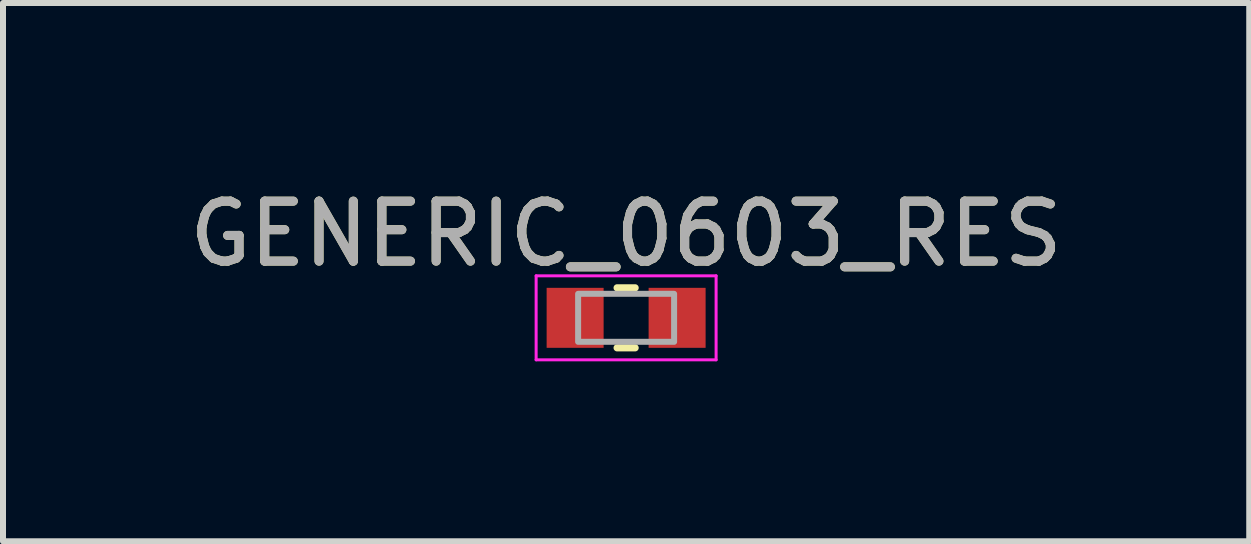
<source format=kicad_pcb>
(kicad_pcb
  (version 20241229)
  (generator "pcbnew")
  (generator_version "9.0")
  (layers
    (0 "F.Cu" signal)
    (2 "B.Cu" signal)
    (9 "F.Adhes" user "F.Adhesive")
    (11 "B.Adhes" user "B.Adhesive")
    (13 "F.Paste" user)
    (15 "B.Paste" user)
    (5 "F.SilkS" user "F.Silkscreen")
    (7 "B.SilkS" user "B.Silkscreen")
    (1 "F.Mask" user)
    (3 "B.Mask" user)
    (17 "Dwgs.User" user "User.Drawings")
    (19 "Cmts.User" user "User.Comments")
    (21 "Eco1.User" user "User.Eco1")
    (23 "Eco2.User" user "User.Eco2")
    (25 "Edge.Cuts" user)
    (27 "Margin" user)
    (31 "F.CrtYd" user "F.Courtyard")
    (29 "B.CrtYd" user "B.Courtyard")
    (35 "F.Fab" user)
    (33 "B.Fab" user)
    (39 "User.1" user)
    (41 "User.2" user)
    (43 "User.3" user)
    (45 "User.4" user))
  (footprint "GENERIC_0603_RES"
    (layer "F.Cu")
    (at 7.387 2.248)
    (property "Reference" "GENERIC_0603_RES" (at 0 -1.4 0) (unlocked yes) (layer "F.SilkS") (effects (font (size 1 1) (thickness 0.15))))
    (attr smd)
    (fp_line (start -0.15 -0.5) (end 0.15 -0.5) (stroke (width 0.12) (type solid)) (layer "F.SilkS"))
    (fp_line (start -0.15 0.5) (end 0.15 0.5) (stroke (width 0.12) (type solid)) (layer "F.SilkS"))
    (fp_line (start -1.5 0.7) (end -1.5 -0.7) (stroke (width 0.05) (type solid)) (layer "F.CrtYd"))
    (fp_line (start 1.5 -0.7) (end -1.5 -0.7) (stroke (width 0.05) (type solid)) (layer "F.CrtYd"))
    (fp_line (start 1.5 0.7) (end -1.5 0.7) (stroke (width 0.05) (type solid)) (layer "F.CrtYd"))
    (fp_line (start 1.5 0.7) (end 1.5 -0.7) (stroke (width 0.05) (type solid)) (layer "F.CrtYd"))
    (fp_rect (start -0.8 -0.4) (end 0.8 0.4) (stroke (width 0.1) (type solid)) (fill no) (layer "F.Fab"))
    (fp_text user "${REFERENCE}" (at 0 -1.4 0) (unlocked yes) (layer "F.Fab") (effects (font (size 1 1) (thickness 0.15))))
    (pad "1" smd rect (at -0.85 0) (size 0.95 1) (layers "F.Cu" "F.Mask" "F.Paste"))
    (pad "2" smd rect (at 0.85 0) (size 0.95 1) (layers "F.Cu" "F.Mask" "F.Paste")))
  (gr_rect
    (start -3 -3)
    (end 17.774 5.973)
    (stroke (width 0.1) (type default))
    (fill no)
    (layer "Edge.Cuts")))
</source>
